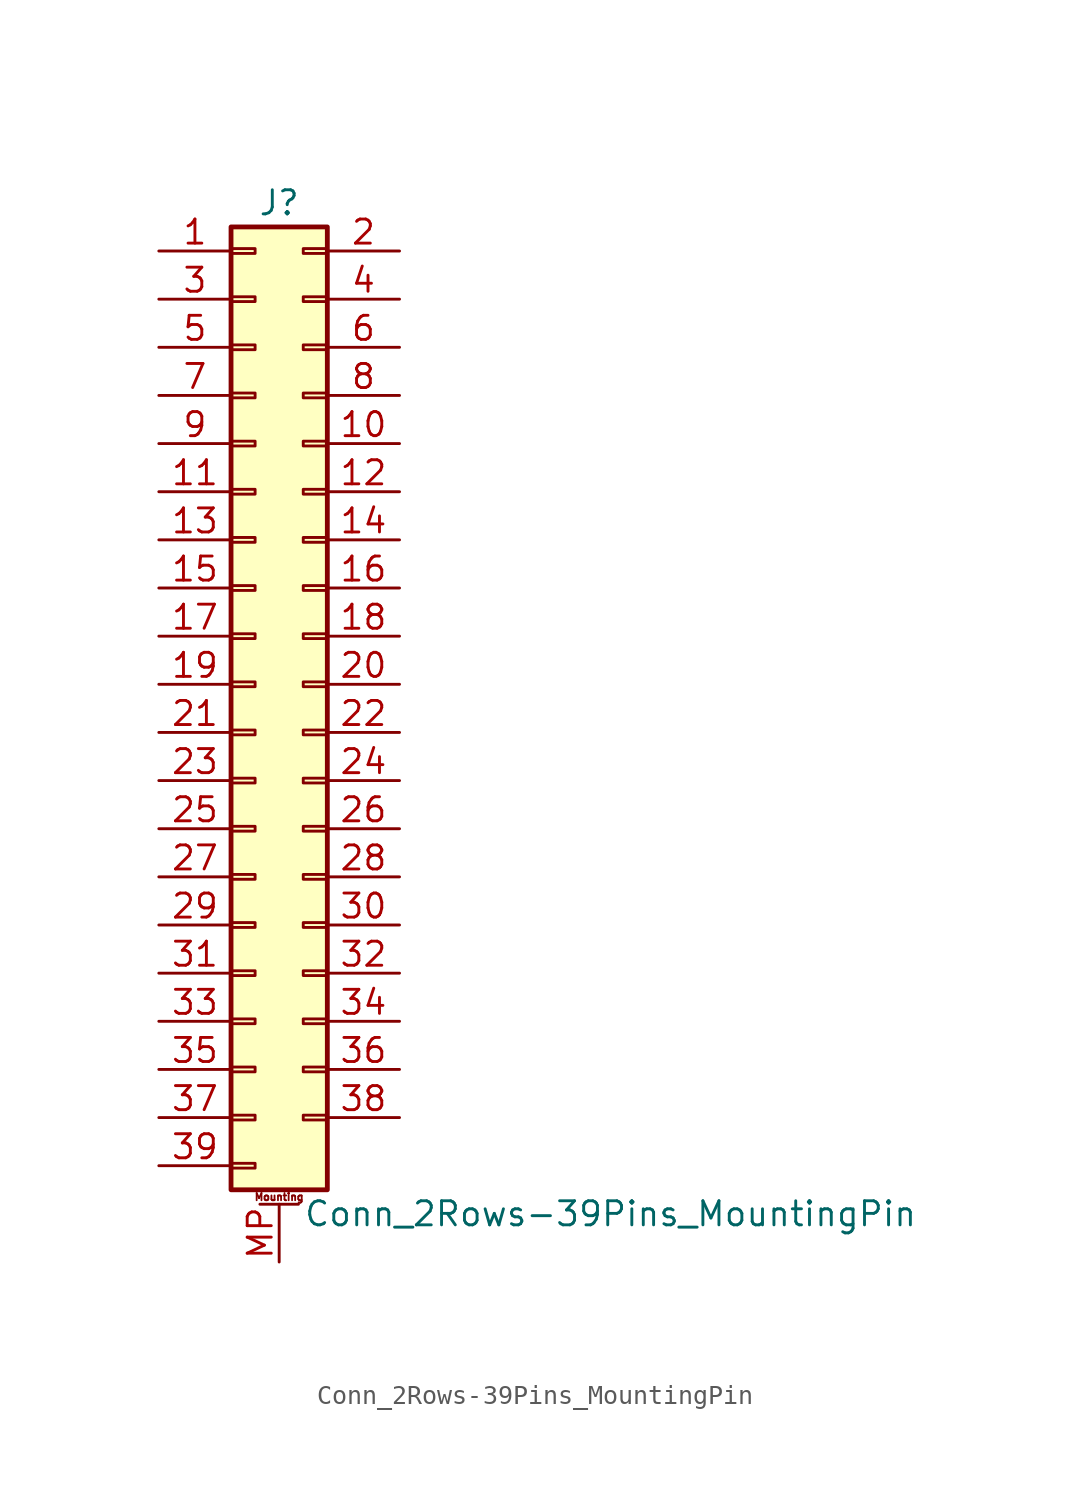
<source format=kicad_sym>
(kicad_symbol_lib
  (version 20220914)
  (generator kicad_symbol_editor)
  (symbol "Conn_2Rows-39Pins_MountingPin"
    (pin_names
      (offset 1.016) hide)
    (property "Reference" "J"
      (at 1.27 25.4 0)
      (effects (font (size 1.27 1.27))))
    (property "Value" "Conn_2Rows-39Pins_MountingPin"
      (at 2.54 -27.94 0)
      (effects (font (size 1.27 1.27)) (justify left)))
    (symbol "Conn_2Rows-39Pins_MountingPin_1_1"
      (rectangle (start -1.27 -25.273) (end 0 -25.527) (stroke (width 0.152) (type default)) (fill (type none)))
      (rectangle (start -1.27 -22.733) (end 0 -22.987) (stroke (width 0.152) (type default)) (fill (type none)))
      (rectangle (start -1.27 -20.193) (end 0 -20.447) (stroke (width 0.152) (type default)) (fill (type none)))
      (rectangle (start -1.27 -17.653) (end 0 -17.907) (stroke (width 0.152) (type default)) (fill (type none)))
      (rectangle (start -1.27 -15.113) (end 0 -15.367) (stroke (width 0.152) (type default)) (fill (type none)))
      (rectangle (start -1.27 -12.573) (end 0 -12.827) (stroke (width 0.152) (type default)) (fill (type none)))
      (rectangle (start -1.27 -10.033) (end 0 -10.287) (stroke (width 0.152) (type default)) (fill (type none)))
      (rectangle (start -1.27 -7.493) (end 0 -7.747) (stroke (width 0.152) (type default)) (fill (type none)))
      (rectangle (start -1.27 -4.953) (end 0 -5.207) (stroke (width 0.152) (type default)) (fill (type none)))
      (rectangle (start -1.27 -2.413) (end 0 -2.667) (stroke (width 0.152) (type default)) (fill (type none)))
      (rectangle (start -1.27 0.127) (end 0 -0.127) (stroke (width 0.152) (type default)) (fill (type none)))
      (rectangle (start -1.27 2.667) (end 0 2.413) (stroke (width 0.152) (type default)) (fill (type none)))
      (rectangle (start -1.27 5.207) (end 0 4.953) (stroke (width 0.152) (type default)) (fill (type none)))
      (rectangle (start -1.27 7.747) (end 0 7.493) (stroke (width 0.152) (type default)) (fill (type none)))
      (rectangle (start -1.27 10.287) (end 0 10.033) (stroke (width 0.152) (type default)) (fill (type none)))
      (rectangle (start -1.27 12.827) (end 0 12.573) (stroke (width 0.152) (type default)) (fill (type none)))
      (rectangle (start -1.27 15.367) (end 0 15.113) (stroke (width 0.152) (type default)) (fill (type none)))
      (rectangle (start -1.27 17.907) (end 0 17.653) (stroke (width 0.152) (type default)) (fill (type none)))
      (rectangle (start -1.27 20.447) (end 0 20.193) (stroke (width 0.152) (type default)) (fill (type none)))
      (rectangle (start -1.27 22.987) (end 0 22.733) (stroke (width 0.152) (type default)) (fill (type none)))
      (rectangle (start -1.27 24.13) (end 3.81 -26.67) (stroke (width 0.254) (type default)) (fill (type background)))
      (polyline (pts (xy 0.254 -27.432) (xy 2.286 -27.432)) (stroke (width 0.152) (type default)) (fill (type none)))
      (rectangle (start 3.81 -22.733) (end 2.54 -22.987) (stroke (width 0.152) (type default)) (fill (type none)))
      (rectangle (start 3.81 -20.193) (end 2.54 -20.447) (stroke (width 0.152) (type default)) (fill (type none)))
      (rectangle (start 3.81 -17.653) (end 2.54 -17.907) (stroke (width 0.152) (type default)) (fill (type none)))
      (rectangle (start 3.81 -15.113) (end 2.54 -15.367) (stroke (width 0.152) (type default)) (fill (type none)))
      (rectangle (start 3.81 -12.573) (end 2.54 -12.827) (stroke (width 0.152) (type default)) (fill (type none)))
      (rectangle (start 3.81 -10.033) (end 2.54 -10.287) (stroke (width 0.152) (type default)) (fill (type none)))
      (rectangle (start 3.81 -7.493) (end 2.54 -7.747) (stroke (width 0.152) (type default)) (fill (type none)))
      (rectangle (start 3.81 -4.953) (end 2.54 -5.207) (stroke (width 0.152) (type default)) (fill (type none)))
      (rectangle (start 3.81 -2.413) (end 2.54 -2.667) (stroke (width 0.152) (type default)) (fill (type none)))
      (rectangle (start 3.81 0.127) (end 2.54 -0.127) (stroke (width 0.152) (type default)) (fill (type none)))
      (rectangle (start 3.81 2.667) (end 2.54 2.413) (stroke (width 0.152) (type default)) (fill (type none)))
      (rectangle (start 3.81 5.207) (end 2.54 4.953) (stroke (width 0.152) (type default)) (fill (type none)))
      (rectangle (start 3.81 7.747) (end 2.54 7.493) (stroke (width 0.152) (type default)) (fill (type none)))
      (rectangle (start 3.81 10.287) (end 2.54 10.033) (stroke (width 0.152) (type default)) (fill (type none)))
      (rectangle (start 3.81 12.827) (end 2.54 12.573) (stroke (width 0.152) (type default)) (fill (type none)))
      (rectangle (start 3.81 15.367) (end 2.54 15.113) (stroke (width 0.152) (type default)) (fill (type none)))
      (rectangle (start 3.81 17.907) (end 2.54 17.653) (stroke (width 0.152) (type default)) (fill (type none)))
      (rectangle (start 3.81 20.447) (end 2.54 20.193) (stroke (width 0.152) (type default)) (fill (type none)))
      (rectangle (start 3.81 22.987) (end 2.54 22.733) (stroke (width 0.152) (type default)) (fill (type none)))
      (text "Mounting" (at 1.27 -27.051 0) (effects (font (size 0.381 0.381))))
      (pin passive line (at -5.08 22.86 0) (length 3.81) (name "Pin_1" (effects (font (size 1.27 1.27)))) (number "1" (effects (font (size 1.27 1.27)))))
      (pin passive line (at 7.62 12.7 180) (length 3.81) (name "Pin_10" (effects (font (size 1.27 1.27)))) (number "10" (effects (font (size 1.27 1.27)))))
      (pin passive line (at -5.08 10.16 0) (length 3.81) (name "Pin_11" (effects (font (size 1.27 1.27)))) (number "11" (effects (font (size 1.27 1.27)))))
      (pin passive line (at 7.62 10.16 180) (length 3.81) (name "Pin_12" (effects (font (size 1.27 1.27)))) (number "12" (effects (font (size 1.27 1.27)))))
      (pin passive line (at -5.08 7.62 0) (length 3.81) (name "Pin_13" (effects (font (size 1.27 1.27)))) (number "13" (effects (font (size 1.27 1.27)))))
      (pin passive line (at 7.62 7.62 180) (length 3.81) (name "Pin_14" (effects (font (size 1.27 1.27)))) (number "14" (effects (font (size 1.27 1.27)))))
      (pin passive line (at -5.08 5.08 0) (length 3.81) (name "Pin_15" (effects (font (size 1.27 1.27)))) (number "15" (effects (font (size 1.27 1.27)))))
      (pin passive line (at 7.62 5.08 180) (length 3.81) (name "Pin_16" (effects (font (size 1.27 1.27)))) (number "16" (effects (font (size 1.27 1.27)))))
      (pin passive line (at -5.08 2.54 0) (length 3.81) (name "Pin_17" (effects (font (size 1.27 1.27)))) (number "17" (effects (font (size 1.27 1.27)))))
      (pin passive line (at 7.62 2.54 180) (length 3.81) (name "Pin_18" (effects (font (size 1.27 1.27)))) (number "18" (effects (font (size 1.27 1.27)))))
      (pin passive line (at -5.08 0 0) (length 3.81) (name "Pin_19" (effects (font (size 1.27 1.27)))) (number "19" (effects (font (size 1.27 1.27)))))
      (pin passive line (at 7.62 22.86 180) (length 3.81) (name "Pin_2" (effects (font (size 1.27 1.27)))) (number "2" (effects (font (size 1.27 1.27)))))
      (pin passive line (at 7.62 0 180) (length 3.81) (name "Pin_20" (effects (font (size 1.27 1.27)))) (number "20" (effects (font (size 1.27 1.27)))))
      (pin passive line (at -5.08 -2.54 0) (length 3.81) (name "Pin_21" (effects (font (size 1.27 1.27)))) (number "21" (effects (font (size 1.27 1.27)))))
      (pin passive line (at 7.62 -2.54 180) (length 3.81) (name "Pin_22" (effects (font (size 1.27 1.27)))) (number "22" (effects (font (size 1.27 1.27)))))
      (pin passive line (at -5.08 -5.08 0) (length 3.81) (name "Pin_23" (effects (font (size 1.27 1.27)))) (number "23" (effects (font (size 1.27 1.27)))))
      (pin passive line (at 7.62 -5.08 180) (length 3.81) (name "Pin_24" (effects (font (size 1.27 1.27)))) (number "24" (effects (font (size 1.27 1.27)))))
      (pin passive line (at -5.08 -7.62 0) (length 3.81) (name "Pin_25" (effects (font (size 1.27 1.27)))) (number "25" (effects (font (size 1.27 1.27)))))
      (pin passive line (at 7.62 -7.62 180) (length 3.81) (name "Pin_26" (effects (font (size 1.27 1.27)))) (number "26" (effects (font (size 1.27 1.27)))))
      (pin passive line (at -5.08 -10.16 0) (length 3.81) (name "Pin_27" (effects (font (size 1.27 1.27)))) (number "27" (effects (font (size 1.27 1.27)))))
      (pin passive line (at 7.62 -10.16 180) (length 3.81) (name "Pin_28" (effects (font (size 1.27 1.27)))) (number "28" (effects (font (size 1.27 1.27)))))
      (pin passive line (at -5.08 -12.7 0) (length 3.81) (name "Pin_29" (effects (font (size 1.27 1.27)))) (number "29" (effects (font (size 1.27 1.27)))))
      (pin passive line (at -5.08 20.32 0) (length 3.81) (name "Pin_3" (effects (font (size 1.27 1.27)))) (number "3" (effects (font (size 1.27 1.27)))))
      (pin passive line (at 7.62 -12.7 180) (length 3.81) (name "Pin_30" (effects (font (size 1.27 1.27)))) (number "30" (effects (font (size 1.27 1.27)))))
      (pin passive line (at -5.08 -15.24 0) (length 3.81) (name "Pin_31" (effects (font (size 1.27 1.27)))) (number "31" (effects (font (size 1.27 1.27)))))
      (pin passive line (at 7.62 -15.24 180) (length 3.81) (name "Pin_32" (effects (font (size 1.27 1.27)))) (number "32" (effects (font (size 1.27 1.27)))))
      (pin passive line (at -5.08 -17.78 0) (length 3.81) (name "Pin_33" (effects (font (size 1.27 1.27)))) (number "33" (effects (font (size 1.27 1.27)))))
      (pin passive line (at 7.62 -17.78 180) (length 3.81) (name "Pin_34" (effects (font (size 1.27 1.27)))) (number "34" (effects (font (size 1.27 1.27)))))
      (pin passive line (at -5.08 -20.32 0) (length 3.81) (name "Pin_35" (effects (font (size 1.27 1.27)))) (number "35" (effects (font (size 1.27 1.27)))))
      (pin passive line (at 7.62 -20.32 180) (length 3.81) (name "Pin_36" (effects (font (size 1.27 1.27)))) (number "36" (effects (font (size 1.27 1.27)))))
      (pin passive line (at -5.08 -22.86 0) (length 3.81) (name "Pin_37" (effects (font (size 1.27 1.27)))) (number "37" (effects (font (size 1.27 1.27)))))
      (pin passive line (at 7.62 -22.86 180) (length 3.81) (name "Pin_38" (effects (font (size 1.27 1.27)))) (number "38" (effects (font (size 1.27 1.27)))))
      (pin passive line (at -5.08 -25.4 0) (length 3.81) (name "Pin_39" (effects (font (size 1.27 1.27)))) (number "39" (effects (font (size 1.27 1.27)))))
      (pin passive line (at 7.62 20.32 180) (length 3.81) (name "Pin_4" (effects (font (size 1.27 1.27)))) (number "4" (effects (font (size 1.27 1.27)))))
      (pin passive line (at -5.08 17.78 0) (length 3.81) (name "Pin_5" (effects (font (size 1.27 1.27)))) (number "5" (effects (font (size 1.27 1.27)))))
      (pin passive line (at 7.62 17.78 180) (length 3.81) (name "Pin_6" (effects (font (size 1.27 1.27)))) (number "6" (effects (font (size 1.27 1.27)))))
      (pin passive line (at -5.08 15.24 0) (length 3.81) (name "Pin_7" (effects (font (size 1.27 1.27)))) (number "7" (effects (font (size 1.27 1.27)))))
      (pin passive line (at 7.62 15.24 180) (length 3.81) (name "Pin_8" (effects (font (size 1.27 1.27)))) (number "8" (effects (font (size 1.27 1.27)))))
      (pin passive line (at -5.08 12.7 0) (length 3.81) (name "Pin_9" (effects (font (size 1.27 1.27)))) (number "9" (effects (font (size 1.27 1.27)))))
      (pin passive line (at 1.27 -30.48 90) (length 3.048) (name "MountPin" (effects (font (size 1.27 1.27)))) (number "MP" (effects (font (size 1.27 1.27))))))))
</source>
